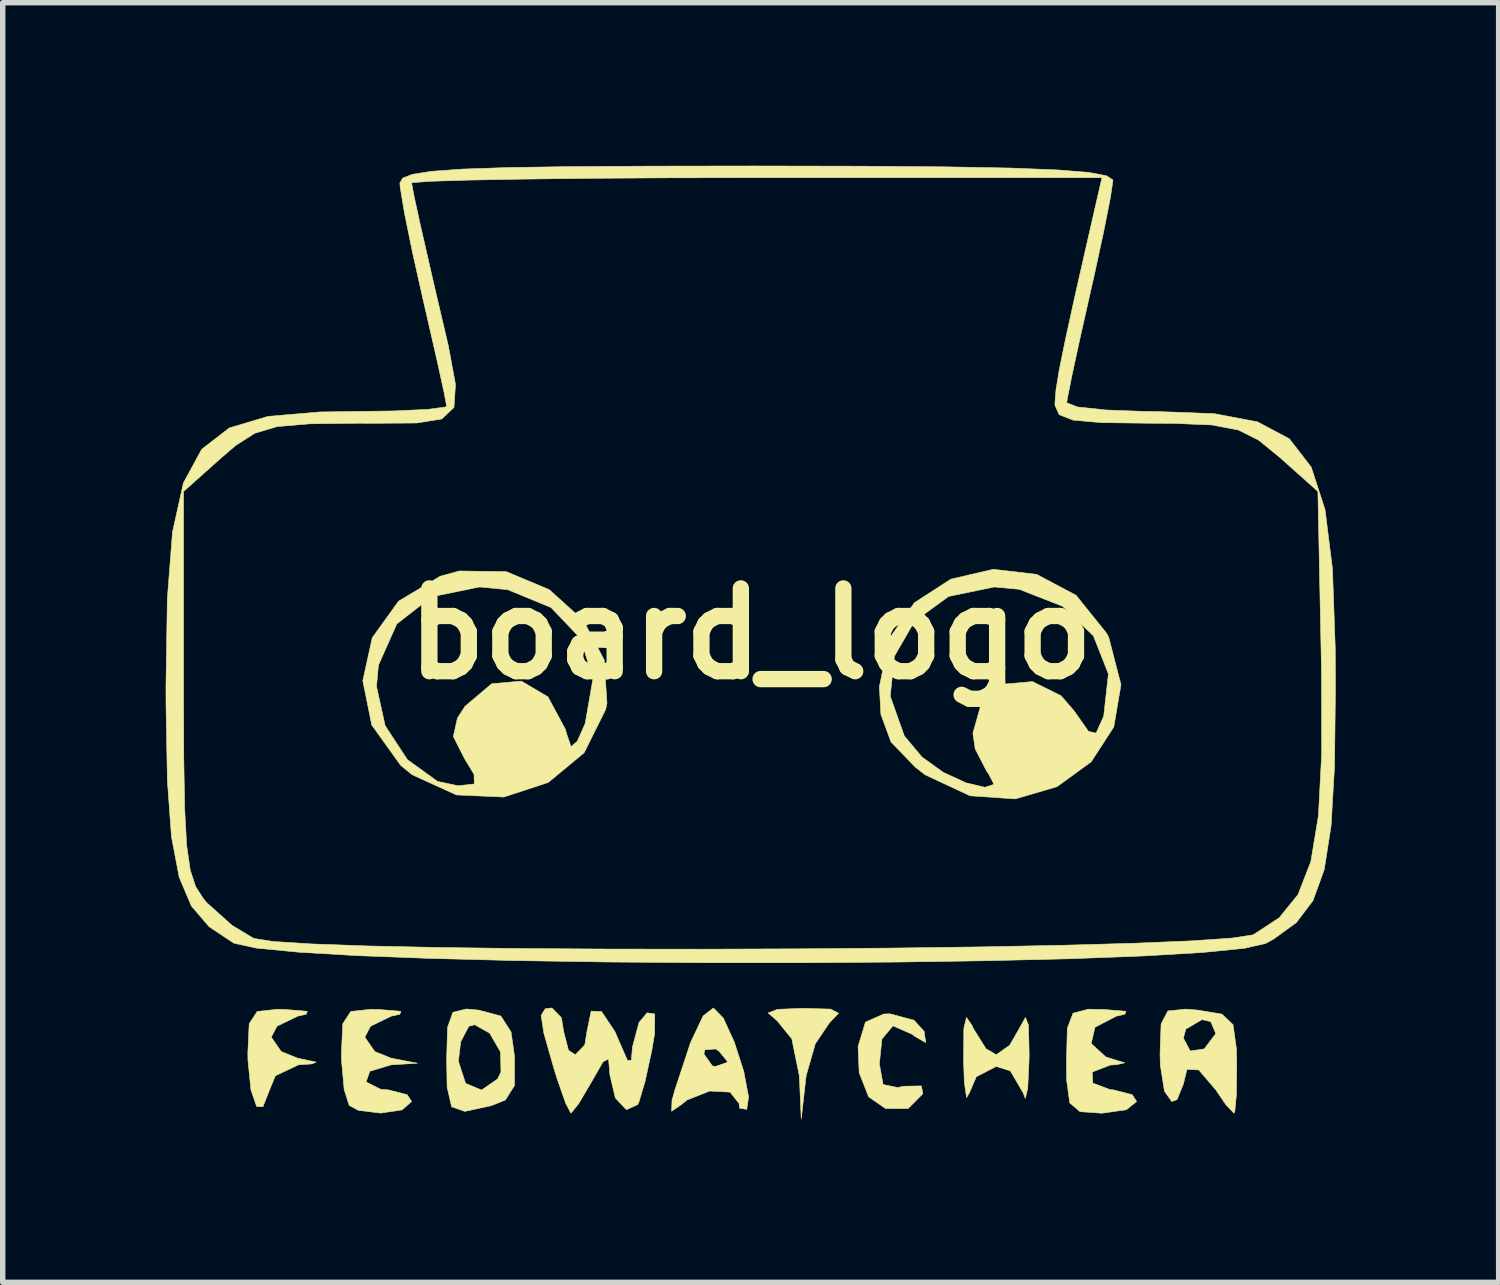
<source format=kicad_pcb>
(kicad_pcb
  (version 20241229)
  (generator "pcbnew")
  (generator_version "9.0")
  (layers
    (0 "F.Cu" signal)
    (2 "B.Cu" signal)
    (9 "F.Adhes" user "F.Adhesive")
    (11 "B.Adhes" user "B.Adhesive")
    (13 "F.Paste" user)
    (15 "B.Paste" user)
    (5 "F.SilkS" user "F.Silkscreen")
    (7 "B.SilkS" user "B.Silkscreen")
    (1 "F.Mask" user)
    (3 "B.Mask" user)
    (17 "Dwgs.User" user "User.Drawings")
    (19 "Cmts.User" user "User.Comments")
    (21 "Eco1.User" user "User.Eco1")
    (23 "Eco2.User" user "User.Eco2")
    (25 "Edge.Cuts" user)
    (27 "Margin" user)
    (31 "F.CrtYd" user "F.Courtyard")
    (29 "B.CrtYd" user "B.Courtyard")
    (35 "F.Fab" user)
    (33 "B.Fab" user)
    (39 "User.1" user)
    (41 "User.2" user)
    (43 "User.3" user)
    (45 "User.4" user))
  (footprint "board_logo"
    (layer "F.Cu")
    (at 10.768 8.615)
    (property "Reference" "board_logo" (at 0 0 0) (layer "F.SilkS") (effects (font (size 1.524 1.524) (thickness 0.3))))
    (attr through_hole)
    (fp_poly (pts (xy 1.471 6.909) (xy 1.617 6.985) (xy 1.455 7.155) (xy 1.452 7.157) (xy 1.189 7.546) (xy 1.022 8.128) (xy 1.015 8.18) (xy 0.93 8.933) (xy 0.895 8.137) (xy 0.756 7.455) (xy 0.484 7.121) (xy 0.32 6.98) (xy 0.495 6.913) (xy 0.956 6.895) (xy 1.471 6.909)) (stroke (width 0.01) (type solid)) (fill yes) (layer "F.SilkS"))
    (fp_poly (pts (xy -8.556 6.917) (xy -8.161 6.95) (xy -8.181 7.004) (xy -8.341 7.04) (xy -8.72 7.224) (xy -8.825 7.426) (xy -8.642 7.69) (xy -8.341 7.812) (xy -7.999 7.885) (xy -8.076 7.918) (xy -8.326 7.935) (xy -8.75 8.137) (xy -8.864 8.415) (xy -8.978 8.705) (xy -9.094 8.702) (xy -9.199 8.397) (xy -9.254 7.85) (xy -9.256 7.713) (xy -9.231 7.178) (xy -9.083 6.952) (xy -8.706 6.912) (xy -8.556 6.917)) (stroke (width 0.01) (type solid)) (fill yes) (layer "F.SilkS"))
    (fp_poly (pts (xy 3.006 7.114) (xy 3.192 7.319) (xy 3.221 7.526) (xy 3.017 7.408) (xy 2.975 7.374) (xy 2.618 7.217) (xy 2.415 7.46) (xy 2.368 7.918) (xy 2.436 8.297) (xy 2.707 8.353) (xy 2.811 8.329) (xy 3.141 8.323) (xy 3.169 8.466) (xy 2.896 8.741) (xy 2.48 8.738) (xy 2.171 8.525) (xy 1.997 8.082) (xy 1.976 7.601) (xy 2.111 7.149) (xy 2.448 7) (xy 2.565 6.996) (xy 3.006 7.114)) (stroke (width 0.01) (type solid)) (fill yes) (layer "F.SilkS"))
    (fp_poly (pts (xy 4.073 7.209) (xy 4.097 7.265) (xy 4.33 7.638) (xy 4.52 7.749) (xy 4.768 7.573) (xy 4.944 7.265) (xy 5.057 7.063) (xy 5.113 7.204) (xy 5.125 7.728) (xy 5.123 7.857) (xy 5.099 8.367) (xy 5.054 8.552) (xy 5.014 8.449) (xy 4.78 8.048) (xy 4.52 7.964) (xy 4.152 8.154) (xy 4.026 8.449) (xy 3.973 8.537) (xy 3.932 8.256) (xy 3.918 7.857) (xy 3.923 7.264) (xy 3.971 7.062) (xy 4.073 7.209)) (stroke (width 0.01) (type solid)) (fill yes) (layer "F.SilkS"))
    (fp_poly (pts (xy -6.834 6.917) (xy -6.439 6.95) (xy -6.459 7.004) (xy -6.619 7.04) (xy -6.998 7.224) (xy -7.103 7.426) (xy -6.92 7.69) (xy -6.619 7.812) (xy -6.135 7.906) (xy -6.619 7.935) (xy -7.011 8.053) (xy -7.08 8.25) (xy -6.81 8.386) (xy -6.673 8.395) (xy -6.323 8.485) (xy -6.242 8.61) (xy -6.419 8.765) (xy -6.814 8.823) (xy -7.221 8.773) (xy -7.39 8.682) (xy -7.483 8.391) (xy -7.532 7.853) (xy -7.534 7.713) (xy -7.508 7.178) (xy -7.361 6.952) (xy -6.984 6.912) (xy -6.834 6.917)) (stroke (width 0.01) (type solid)) (fill yes) (layer "F.SilkS"))
    (fp_poly (pts (xy -5.005 6.928) (xy -4.599 7.037) (xy -4.411 7.331) (xy -4.348 7.775) (xy -4.348 8.315) (xy -4.515 8.582) (xy -4.778 8.687) (xy -5.264 8.792) (xy -5.505 8.707) (xy -5.588 8.345) (xy -5.596 7.869) (xy -5.381 7.869) (xy -5.248 8.276) (xy -4.954 8.399) (xy -4.66 8.196) (xy -4.597 8.069) (xy -4.605 7.698) (xy -4.805 7.352) (xy -5.081 7.196) (xy -5.19 7.226) (xy -5.338 7.51) (xy -5.381 7.869) (xy -5.596 7.869) (xy -5.597 7.842) (xy -5.58 7.244) (xy -5.482 6.968) (xy -5.235 6.907) (xy -5.005 6.928)) (stroke (width 0.01) (type solid)) (fill yes) (layer "F.SilkS"))
    (fp_poly (pts (xy 6.511 6.917) (xy 6.907 6.95) (xy 6.886 7.004) (xy 6.727 7.04) (xy 6.337 7.243) (xy 6.267 7.543) (xy 6.537 7.79) (xy 6.619 7.816) (xy 6.884 7.898) (xy 6.731 7.932) (xy 6.619 7.939) (xy 6.288 8.066) (xy 6.295 8.271) (xy 6.621 8.393) (xy 6.673 8.395) (xy 7.023 8.485) (xy 7.103 8.61) (xy 6.916 8.761) (xy 6.466 8.825) (xy 6.458 8.825) (xy 6.061 8.797) (xy 5.872 8.635) (xy 5.816 8.222) (xy 5.812 7.857) (xy 5.828 7.262) (xy 5.933 6.985) (xy 6.212 6.911) (xy 6.511 6.917)) (stroke (width 0.01) (type solid)) (fill yes) (layer "F.SilkS"))
    (fp_poly (pts (xy -0.505 7.073) (xy -0.302 7.516) (xy -0.128 8.056) (xy -0.039 8.527) (xy -0.073 8.755) (xy -0.204 8.733) (xy -0.215 8.646) (xy -0.379 8.438) (xy -0.755 8.417) (xy -1.168 8.58) (xy -1.273 8.664) (xy -1.456 8.79) (xy -1.449 8.589) (xy -1.395 8.395) (xy -1.177 7.736) (xy -0.861 7.736) (xy -0.705 7.956) (xy -0.646 7.964) (xy -0.436 7.891) (xy -0.431 7.869) (xy -0.581 7.686) (xy -0.646 7.642) (xy -0.844 7.659) (xy -0.861 7.736) (xy -1.177 7.736) (xy -1.107 7.523) (xy -0.875 7.034) (xy -0.686 6.888) (xy -0.505 7.073)) (stroke (width 0.01) (type solid)) (fill yes) (layer "F.SilkS"))
    (fp_poly (pts (xy 8.233 6.928) (xy 8.674 7.002) (xy 8.878 7.196) (xy 8.94 7.64) (xy 8.946 7.911) (xy 8.941 8.47) (xy 8.911 8.793) (xy 8.894 8.825) (xy 8.745 8.667) (xy 8.56 8.395) (xy 8.248 8.029) (xy 8.03 8.018) (xy 7.964 8.287) (xy 7.848 8.574) (xy 7.749 8.61) (xy 7.615 8.419) (xy 7.54 7.941) (xy 7.534 7.736) (xy 7.544 7.444) (xy 7.964 7.444) (xy 8.09 7.68) (xy 8.348 7.642) (xy 8.561 7.359) (xy 8.467 7.139) (xy 8.305 7.103) (xy 8.009 7.277) (xy 7.964 7.444) (xy 7.544 7.444) (xy 7.554 7.181) (xy 7.679 6.943) (xy 8.009 6.909) (xy 8.233 6.928)) (stroke (width 0.01) (type solid)) (fill yes) (layer "F.SilkS"))
    (fp_poly (pts (xy -3.484 7.068) (xy -3.444 7.319) (xy -3.354 7.668) (xy -3.229 7.749) (xy -3.054 7.569) (xy -3.014 7.319) (xy -2.937 6.947) (xy -2.746 6.954) (xy -2.5 7.322) (xy -2.432 7.48) (xy -2.268 7.856) (xy -2.198 7.85) (xy -2.175 7.6) (xy -2.056 7.156) (xy -1.907 6.977) (xy -1.766 7) (xy -1.77 7.366) (xy -1.819 7.663) (xy -1.944 8.239) (xy -2.058 8.621) (xy -2.079 8.666) (xy -2.288 8.761) (xy -2.492 8.544) (xy -2.591 8.124) (xy -2.592 8.113) (xy -2.617 7.826) (xy -2.718 7.879) (xy -2.921 8.233) (xy -3.163 8.644) (xy -3.307 8.825) (xy -3.309 8.825) (xy -3.406 8.641) (xy -3.567 8.181) (xy -3.625 7.993) (xy -3.807 7.354) (xy -3.858 7.024) (xy -3.782 6.903) (xy -3.659 6.888) (xy -3.484 7.068)) (stroke (width 0.01) (type solid)) (fill yes) (layer "F.SilkS"))
    (fp_poly (pts (xy -4.499 -1.143) (xy -3.709 -0.812) (xy -3.08 -0.244) (xy -2.697 0.482) (xy -2.646 1.282) (xy -2.67 1.395) (xy -3.066 2.19) (xy -3.726 2.737) (xy -4.545 3.006) (xy -5.416 2.967) (xy -6.234 2.594) (xy -6.443 2.422) (xy -6.975 1.68) (xy -7.119 0.969) (xy -6.888 0.969) (xy -6.729 1.692) (xy -6.32 2.317) (xy -5.765 2.718) (xy -5.386 2.798) (xy -5.088 2.765) (xy -5.093 2.586) (xy -5.265 2.303) (xy -5.473 1.892) (xy -5.399 1.553) (xy -5.258 1.335) (xy -4.767 0.92) (xy -4.221 0.872) (xy -3.732 1.162) (xy -3.411 1.759) (xy -3.393 1.83) (xy -3.307 2.079) (xy -3.192 1.98) (xy -3.047 1.653) (xy -2.903 0.825) (xy -3.132 0.088) (xy -3.674 -0.482) (xy -4.472 -0.811) (xy -4.99 -0.861) (xy -5.872 -0.681) (xy -6.514 -0.181) (xy -6.852 0.577) (xy -6.888 0.969) (xy -7.119 0.969) (xy -7.14 0.866) (xy -6.966 0.074) (xy -6.482 -0.599) (xy -5.717 -1.058) (xy -5.365 -1.155) (xy -4.499 -1.143)) (stroke (width 0.01) (type solid)) (fill yes) (layer "F.SilkS"))
    (fp_poly (pts (xy 5.263 -1.093) (xy 5.989 -0.707) (xy 6.551 -0.008) (xy 6.592 0.073) (xy 6.815 0.938) (xy 6.683 1.716) (xy 6.266 2.358) (xy 5.638 2.815) (xy 4.871 3.04) (xy 4.038 2.983) (xy 3.212 2.597) (xy 3.03 2.456) (xy 2.583 1.993) (xy 2.396 1.483) (xy 2.378 1.15) (xy 2.568 1.15) (xy 2.827 1.881) (xy 3.153 2.27) (xy 3.545 2.552) (xy 3.965 2.745) (xy 4.311 2.826) (xy 4.479 2.772) (xy 4.368 2.56) (xy 4.348 2.54) (xy 4.132 2.12) (xy 4.09 1.83) (xy 4.253 1.252) (xy 4.659 0.927) (xy 5.186 0.881) (xy 5.713 1.142) (xy 5.955 1.423) (xy 6.217 1.797) (xy 6.357 1.829) (xy 6.488 1.539) (xy 6.498 1.513) (xy 6.584 0.739) (xy 6.308 0.039) (xy 5.738 -0.507) (xy 4.942 -0.818) (xy 4.482 -0.861) (xy 3.642 -0.687) (xy 3.016 -0.23) (xy 2.644 0.415) (xy 2.568 1.15) (xy 2.378 1.15) (xy 2.368 0.979) (xy 2.545 0.096) (xy 3.014 -0.572) (xy 3.684 -1.005) (xy 4.464 -1.186) (xy 5.263 -1.093)) (stroke (width 0.01) (type solid)) (fill yes) (layer "F.SilkS"))
    (fp_poly (pts (xy 2.046 -8.606) (xy 3.589 -8.594) (xy 4.775 -8.572) (xy 5.64 -8.538) (xy 6.219 -8.492) (xy 6.549 -8.43) (xy 6.666 -8.353) (xy 6.667 -8.341) (xy 6.619 -8.019) (xy 6.495 -7.393) (xy 6.318 -6.576) (xy 6.242 -6.242) (xy 6.053 -5.401) (xy 5.906 -4.722) (xy 5.826 -4.315) (xy 5.817 -4.251) (xy 6.013 -4.175) (xy 6.535 -4.119) (xy 7.283 -4.091) (xy 7.486 -4.09) (xy 8.53 -4.051) (xy 9.329 -3.9) (xy 9.914 -3.589) (xy 10.317 -3.067) (xy 10.571 -2.286) (xy 10.708 -1.195) (xy 10.759 0.255) (xy 10.763 0.969) (xy 10.746 2.434) (xy 10.683 3.535) (xy 10.557 4.339) (xy 10.35 4.911) (xy 10.043 5.317) (xy 9.619 5.624) (xy 9.478 5.701) (xy 9.088 5.79) (xy 8.325 5.866) (xy 7.247 5.93) (xy 5.912 5.981) (xy 4.375 6.018) (xy 2.694 6.043) (xy 0.925 6.056) (xy -0.873 6.055) (xy -2.644 6.042) (xy -4.331 6.016) (xy -5.877 5.977) (xy -7.224 5.926) (xy -8.317 5.862) (xy -9.097 5.786) (xy -9.509 5.697) (xy -9.522 5.69) (xy -9.968 5.393) (xy -10.295 5.012) (xy -10.52 4.481) (xy -10.662 3.734) (xy -10.737 2.704) (xy -10.762 1.326) (xy -10.763 0.969) (xy -10.738 -0.641) (xy -10.643 -1.872) (xy -10.477 -2.618) (xy -10.44 -2.618) (xy -10.44 0.928) (xy -10.436 2.255) (xy -10.419 3.222) (xy -10.382 3.898) (xy -10.316 4.353) (xy -10.216 4.657) (xy -10.072 4.88) (xy -10.009 4.954) (xy -9.544 5.37) (xy -9.148 5.608) (xy -8.796 5.664) (xy -8.073 5.71) (xy -7.037 5.747) (xy -5.743 5.775) (xy -4.249 5.794) (xy -2.612 5.804) (xy -0.887 5.806) (xy 0.868 5.8) (xy 2.596 5.786) (xy 4.242 5.764) (xy 5.747 5.734) (xy 7.056 5.697) (xy 8.112 5.653) (xy 8.858 5.602) (xy 9.237 5.544) (xy 9.256 5.537) (xy 9.728 5.228) (xy 10.074 4.801) (xy 10.31 4.194) (xy 10.45 3.347) (xy 10.51 2.199) (xy 10.506 0.688) (xy 10.504 0.574) (xy 10.44 -2.619) (xy 9.737 -3.247) (xy 9.348 -3.564) (xy 8.974 -3.751) (xy 8.487 -3.843) (xy 7.757 -3.873) (xy 7.315 -3.875) (xy 6.451 -3.886) (xy 5.934 -3.932) (xy 5.678 -4.032) (xy 5.601 -4.204) (xy 5.6 -4.251) (xy 5.618 -4.483) (xy 5.679 -4.857) (xy 5.797 -5.435) (xy 5.983 -6.283) (xy 6.252 -7.465) (xy 6.354 -7.911) (xy 6.466 -8.395) (xy 0.112 -8.395) (xy -1.492 -8.392) (xy -2.948 -8.383) (xy -4.201 -8.368) (xy -5.2 -8.35) (xy -5.891 -8.328) (xy -6.222 -8.304) (xy -6.242 -8.296) (xy -6.197 -8.055) (xy -6.075 -7.497) (xy -5.898 -6.723) (xy -5.812 -6.35) (xy -5.564 -5.293) (xy -5.434 -4.589) (xy -5.462 -4.165) (xy -5.687 -3.953) (xy -6.149 -3.879) (xy -6.89 -3.874) (xy -7.208 -3.875) (xy -8.116 -3.864) (xy -8.716 -3.813) (xy -9.13 -3.69) (xy -9.481 -3.465) (xy -9.737 -3.246) (xy -10.44 -2.618) (xy -10.477 -2.618) (xy -10.443 -2.774) (xy -10.105 -3.396) (xy -9.597 -3.788) (xy -8.884 -4.001) (xy -7.933 -4.082) (xy -7.378 -4.09) (xy -6.563 -4.101) (xy -5.944 -4.13) (xy -5.621 -4.173) (xy -5.597 -4.189) (xy -5.642 -4.43) (xy -5.764 -4.988) (xy -5.941 -5.762) (xy -6.027 -6.135) (xy -6.222 -7.004) (xy -6.371 -7.733) (xy -6.45 -8.206) (xy -6.458 -8.296) (xy -6.407 -8.386) (xy -6.226 -8.457) (xy -5.872 -8.512) (xy -5.303 -8.553) (xy -4.476 -8.581) (xy -3.349 -8.598) (xy -1.879 -8.607) (xy -0.023 -8.61) (xy 0.108 -8.61) (xy 2.046 -8.606)) (stroke (width 0.01) (type solid)) (fill yes) (layer "F.SilkS")))
  (gr_rect
    (start -3 -3)
    (end 24.535 20.553)
    (stroke (width 0.1) (type default))
    (fill no)
    (layer "Edge.Cuts")))
</source>
